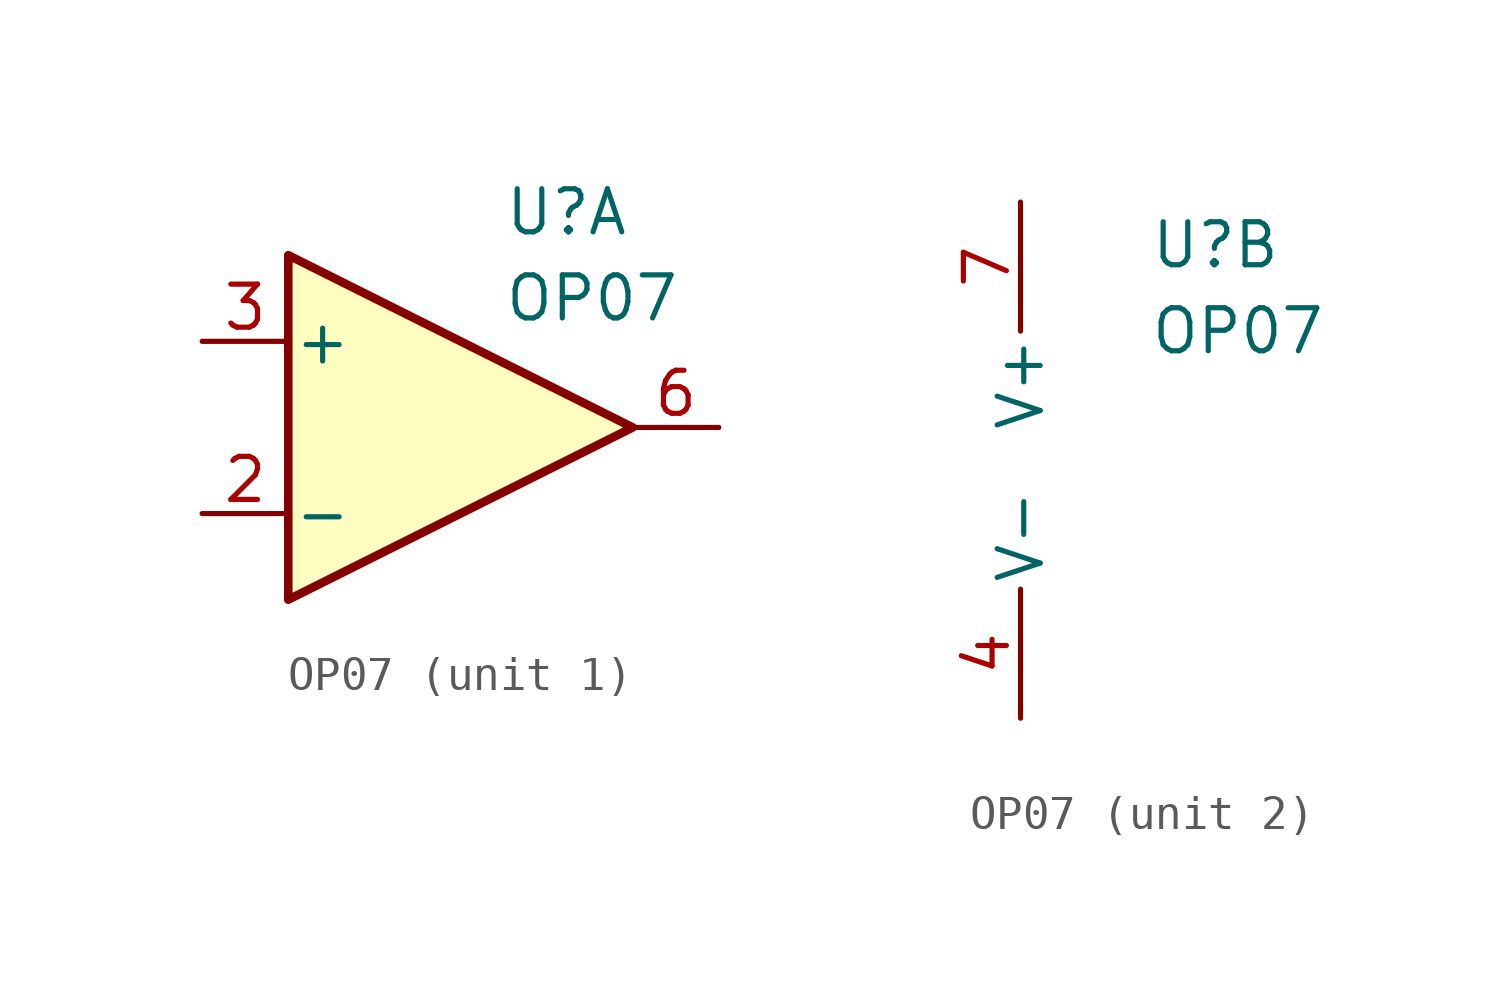
<source format=kicad_sym>
(kicad_symbol_lib
  (version 20241209)
  (generator "kicad_symbol_editor")
  (generator_version "9.0")
  (symbol "OP07"
    (pin_names
      (offset 0.127))
    (property "Reference" "U"
      (at 1.27 6.35 0)
      (effects (font (size 1.27 1.27)) (justify left)))
    (property "Value" "OP07"
      (at 1.27 3.81 0)
      (effects (font (size 1.27 1.27)) (justify left)))
    (property "ki_locked" ""
      (at 0 0 0)
      (effects (font (size 1.27 1.27))))
    (symbol "OP07_1_1"
      (polyline (pts (xy -5.08 5.08) (xy 5.08 0) (xy -5.08 -5.08) (xy -5.08 5.08)) (stroke (width 0.254) (type default)) (fill (type background)))
      (pin input line (at -7.62 2.54 0) (length 2.54) (name "+" (effects (font (size 1.27 1.27)))) (number "3" (effects (font (size 1.27 1.27)))))
      (pin input line (at -7.62 -2.54 0) (length 2.54) (name "-" (effects (font (size 1.27 1.27)))) (number "2" (effects (font (size 1.27 1.27)))))
      (pin output line (at 7.62 0 180) (length 2.54) (name "~" (effects (font (size 1.27 1.27)))) (number "6" (effects (font (size 1.27 1.27))))))
    (symbol "OP07_2_1"
      (pin power_in line (at -2.54 7.62 270) (length 3.81) (name "V+" (effects (font (size 1.27 1.27)))) (number "7" (effects (font (size 1.27 1.27)))))
      (pin power_in line (at -2.54 -7.62 90) (length 3.81) (name "V-" (effects (font (size 1.27 1.27)))) (number "4" (effects (font (size 1.27 1.27)))))
      (pin no_connect line (at 0 2.54 270) (length 2.54) (hide yes) (name "NC" (effects (font (size 1.27 1.27)))) (number "5" (effects (font (size 1.27 1.27)))))
      (pin no_connect line (at 0 -7.62 90) (length 5.08) (hide yes) (name "NC" (effects (font (size 0.508 0.508)))) (number "1" (effects (font (size 1.27 1.27)))))
      (pin no_connect line (at 2.54 -7.62 90) (length 6.35) (hide yes) (name "NC" (effects (font (size 0.508 0.508)))) (number "8" (effects (font (size 1.27 1.27))))))))
</source>
